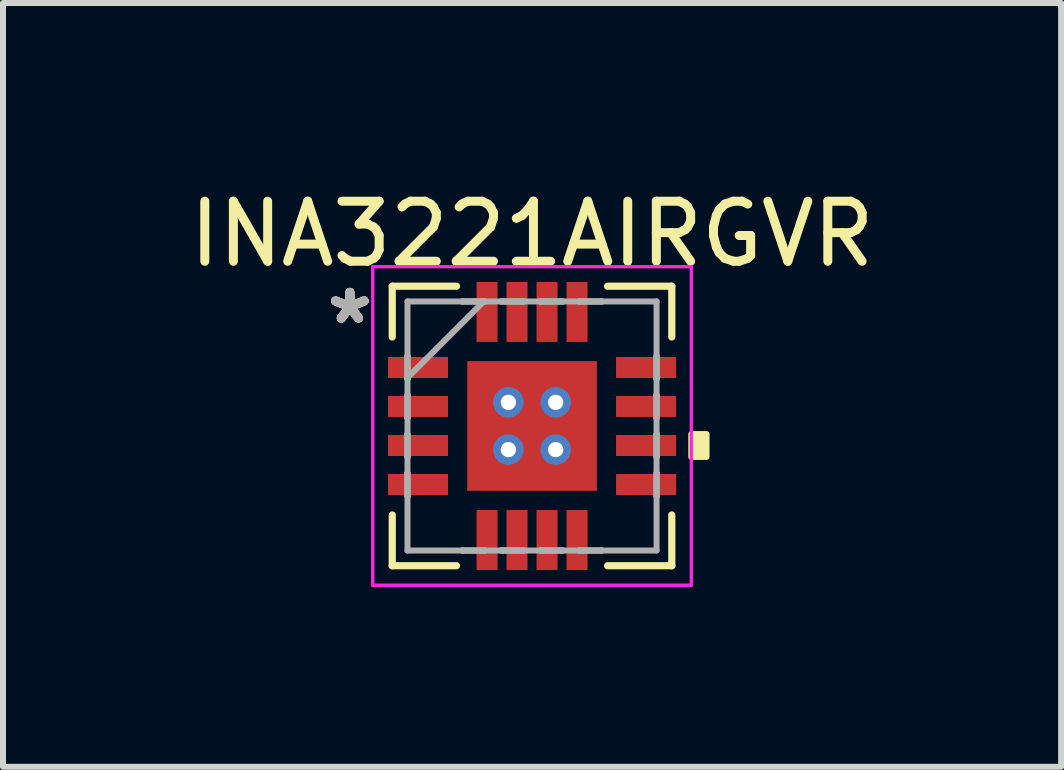
<source format=kicad_pcb>
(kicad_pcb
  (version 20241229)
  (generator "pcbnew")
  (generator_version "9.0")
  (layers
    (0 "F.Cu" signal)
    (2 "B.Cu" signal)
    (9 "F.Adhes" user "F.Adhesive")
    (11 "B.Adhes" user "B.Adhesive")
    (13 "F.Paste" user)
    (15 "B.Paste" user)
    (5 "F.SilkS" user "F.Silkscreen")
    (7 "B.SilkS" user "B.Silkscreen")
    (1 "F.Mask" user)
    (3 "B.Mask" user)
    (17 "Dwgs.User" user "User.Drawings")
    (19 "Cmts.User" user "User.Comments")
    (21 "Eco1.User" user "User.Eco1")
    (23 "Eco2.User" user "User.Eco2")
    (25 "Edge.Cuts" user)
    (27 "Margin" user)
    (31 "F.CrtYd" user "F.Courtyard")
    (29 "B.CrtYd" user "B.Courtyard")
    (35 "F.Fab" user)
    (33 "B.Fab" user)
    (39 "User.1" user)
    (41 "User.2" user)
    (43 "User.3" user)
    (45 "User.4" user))
  (footprint "INA3221AIRGVR"
    (layer "F.Cu")
    (at 5.815 4.048)
    (property "Reference" "INA3221AIRGVR" (at 0 -3.2 0) (layer "F.SilkS") (effects (font (size 1 1) (thickness 0.15))))
    (attr through_hole)
    (fp_poly (pts (xy -2.47 -1.22) (xy -2.47 -0.73) (xy -1.33 -0.73) (xy -1.33 -1.22)) (stroke (width 0.1) (type solid)) (fill yes) (layer "F.Mask"))
    (fp_poly (pts (xy -2.47 -0.57) (xy -2.47 -0.08) (xy -1.33 -0.08) (xy -1.33 -0.57)) (stroke (width 0.1) (type solid)) (fill yes) (layer "F.Mask"))
    (fp_poly (pts (xy -2.47 0.08) (xy -2.47 0.57) (xy -1.33 0.57) (xy -1.33 0.08)) (stroke (width 0.1) (type solid)) (fill yes) (layer "F.Mask"))
    (fp_poly (pts (xy -2.47 0.73) (xy -2.47 1.22) (xy -1.33 1.22) (xy -1.33 0.73)) (stroke (width 0.1) (type solid)) (fill yes) (layer "F.Mask"))
    (fp_poly (pts (xy -1.143 -1.143) (xy -0.594 -1.143) (xy -0.594 1.143) (xy -1.143 1.143)) (stroke (width 0.1) (type solid)) (fill yes) (layer "F.Mask"))
    (fp_poly (pts (xy -1.143 -1.143) (xy 1.143 -1.143) (xy 1.143 -0.594) (xy -1.143 -0.594)) (stroke (width 0.1) (type solid)) (fill yes) (layer "F.Mask"))
    (fp_poly (pts (xy -1.143 -0.194) (xy 1.143 -0.194) (xy 1.143 0.194) (xy -1.143 0.194)) (stroke (width 0.1) (type solid)) (fill yes) (layer "F.Mask"))
    (fp_poly (pts (xy -1.143 0.594) (xy 1.143 0.594) (xy 1.143 1.143) (xy -1.143 1.143)) (stroke (width 0.1) (type solid)) (fill yes) (layer "F.Mask"))
    (fp_poly (pts (xy -0.995 -2.47) (xy -0.995 -1.33) (xy -0.506 -1.33) (xy -0.506 -2.47)) (stroke (width 0.1) (type solid)) (fill yes) (layer "F.Mask"))
    (fp_poly (pts (xy -0.995 1.33) (xy -0.995 2.47) (xy -0.506 2.47) (xy -0.506 1.33)) (stroke (width 0.1) (type solid)) (fill yes) (layer "F.Mask"))
    (fp_poly (pts (xy -0.495 -2.47) (xy -0.495 -1.33) (xy -0.005 -1.33) (xy -0.005 -2.47)) (stroke (width 0.1) (type solid)) (fill yes) (layer "F.Mask"))
    (fp_poly (pts (xy -0.495 1.33) (xy -0.495 2.47) (xy -0.005 2.47) (xy -0.005 1.33)) (stroke (width 0.1) (type solid)) (fill yes) (layer "F.Mask"))
    (fp_poly (pts (xy 0.005 -2.47) (xy 0.005 -1.33) (xy 0.495 -1.33) (xy 0.495 -2.47)) (stroke (width 0.1) (type solid)) (fill yes) (layer "F.Mask"))
    (fp_poly (pts (xy 0.005 1.33) (xy 0.005 2.47) (xy 0.495 2.47) (xy 0.495 1.33)) (stroke (width 0.1) (type solid)) (fill yes) (layer "F.Mask"))
    (fp_poly (pts (xy 0.194 -1.143) (xy -0.194 -1.143) (xy -0.194 1.143) (xy 0.194 1.143)) (stroke (width 0.1) (type solid)) (fill yes) (layer "F.Mask"))
    (fp_poly (pts (xy 0.506 -2.47) (xy 0.506 -1.33) (xy 0.995 -1.33) (xy 0.995 -2.47)) (stroke (width 0.1) (type solid)) (fill yes) (layer "F.Mask"))
    (fp_poly (pts (xy 0.506 1.33) (xy 0.506 2.47) (xy 0.995 2.47) (xy 0.995 1.33)) (stroke (width 0.1) (type solid)) (fill yes) (layer "F.Mask"))
    (fp_poly (pts (xy 0.594 -1.143) (xy 1.143 -1.143) (xy 1.143 1.143) (xy 0.594 1.143)) (stroke (width 0.1) (type solid)) (fill yes) (layer "F.Mask"))
    (fp_poly (pts (xy 1.33 -1.22) (xy 1.33 -0.73) (xy 2.47 -0.73) (xy 2.47 -1.22)) (stroke (width 0.1) (type solid)) (fill yes) (layer "F.Mask"))
    (fp_poly (pts (xy 1.33 -0.57) (xy 1.33 -0.08) (xy 2.47 -0.08) (xy 2.47 -0.57)) (stroke (width 0.1) (type solid)) (fill yes) (layer "F.Mask"))
    (fp_poly (pts (xy 1.33 0.08) (xy 1.33 0.57) (xy 2.47 0.57) (xy 2.47 0.08)) (stroke (width 0.1) (type solid)) (fill yes) (layer "F.Mask"))
    (fp_poly (pts (xy 1.33 0.73) (xy 1.33 1.22) (xy 2.47 1.22) (xy 2.47 0.73)) (stroke (width 0.1) (type solid)) (fill yes) (layer "F.Mask"))
    (fp_line (start -2.329 -2.329) (end -2.329 -1.483) (stroke (width 0.12) (type solid)) (layer "F.SilkS"))
    (fp_line (start -2.329 1.483) (end -2.329 2.329) (stroke (width 0.12) (type solid)) (layer "F.SilkS"))
    (fp_line (start -2.329 2.329) (end -1.258 2.329) (stroke (width 0.12) (type solid)) (layer "F.SilkS"))
    (fp_line (start -1.258 -2.329) (end -2.329 -2.329) (stroke (width 0.12) (type solid)) (layer "F.SilkS"))
    (fp_line (start 1.258 2.329) (end 2.329 2.329) (stroke (width 0.12) (type solid)) (layer "F.SilkS"))
    (fp_line (start 2.329 -2.329) (end 1.258 -2.329) (stroke (width 0.12) (type solid)) (layer "F.SilkS"))
    (fp_line (start 2.329 -1.483) (end 2.329 -2.329) (stroke (width 0.12) (type solid)) (layer "F.SilkS"))
    (fp_line (start 2.329 2.329) (end 2.329 1.483) (stroke (width 0.12) (type solid)) (layer "F.SilkS"))
    (fp_poly (pts (xy 2.908 0.135) (xy 2.908 0.516) (xy 2.654 0.516) (xy 2.654 0.135)) (stroke (width 0.1) (type solid)) (fill yes) (layer "F.SilkS"))
    (fp_poly (pts (xy -2.375 -1.125) (xy -2.375 -0.825) (xy -1.425 -0.825) (xy -1.425 -1.125)) (stroke (width 0.1) (type solid)) (fill yes) (layer "F.Paste"))
    (fp_poly (pts (xy -2.375 -0.475) (xy -2.375 -0.175) (xy -1.425 -0.175) (xy -1.425 -0.475)) (stroke (width 0.1) (type solid)) (fill yes) (layer "F.Paste"))
    (fp_poly (pts (xy -2.375 0.175) (xy -2.375 0.475) (xy -1.425 0.475) (xy -1.425 0.175)) (stroke (width 0.1) (type solid)) (fill yes) (layer "F.Paste"))
    (fp_poly (pts (xy -2.375 0.825) (xy -2.375 1.125) (xy -1.425 1.125) (xy -1.425 0.825)) (stroke (width 0.1) (type solid)) (fill yes) (layer "F.Paste"))
    (fp_poly (pts (xy -0.9 -2.375) (xy -0.9 -1.425) (xy -0.6 -1.425) (xy -0.6 -2.375)) (stroke (width 0.1) (type solid)) (fill yes) (layer "F.Paste"))
    (fp_poly (pts (xy -0.9 1.425) (xy -0.9 2.375) (xy -0.6 2.375) (xy -0.6 1.425)) (stroke (width 0.1) (type solid)) (fill yes) (layer "F.Paste"))
    (fp_poly (pts (xy -0.4 -2.375) (xy -0.4 -1.425) (xy -0.1 -1.425) (xy -0.1 -2.375)) (stroke (width 0.1) (type solid)) (fill yes) (layer "F.Paste"))
    (fp_poly (pts (xy -0.4 1.425) (xy -0.4 2.375) (xy -0.1 2.375) (xy -0.1 1.425)) (stroke (width 0.1) (type solid)) (fill yes) (layer "F.Paste"))
    (fp_poly (pts (xy 0.1 -2.375) (xy 0.1 -1.425) (xy 0.4 -1.425) (xy 0.4 -2.375)) (stroke (width 0.1) (type solid)) (fill yes) (layer "F.Paste"))
    (fp_poly (pts (xy 0.1 1.425) (xy 0.1 2.375) (xy 0.4 2.375) (xy 0.4 1.425)) (stroke (width 0.1) (type solid)) (fill yes) (layer "F.Paste"))
    (fp_poly (pts (xy 0.6 -2.375) (xy 0.6 -1.425) (xy 0.9 -1.425) (xy 0.9 -2.375)) (stroke (width 0.1) (type solid)) (fill yes) (layer "F.Paste"))
    (fp_poly (pts (xy 0.6 1.425) (xy 0.6 2.375) (xy 0.9 2.375) (xy 0.9 1.425)) (stroke (width 0.1) (type solid)) (fill yes) (layer "F.Paste"))
    (fp_poly (pts (xy 1.425 -1.125) (xy 1.425 -0.825) (xy 2.375 -0.825) (xy 2.375 -1.125)) (stroke (width 0.1) (type solid)) (fill yes) (layer "F.Paste"))
    (fp_poly (pts (xy 1.425 -0.475) (xy 1.425 -0.175) (xy 2.375 -0.175) (xy 2.375 -0.475)) (stroke (width 0.1) (type solid)) (fill yes) (layer "F.Paste"))
    (fp_poly (pts (xy 1.425 0.175) (xy 1.425 0.475) (xy 2.375 0.475) (xy 2.375 0.175)) (stroke (width 0.1) (type solid)) (fill yes) (layer "F.Paste"))
    (fp_poly (pts (xy 1.425 0.825) (xy 1.425 1.125) (xy 2.375 1.125) (xy 2.375 0.825)) (stroke (width 0.1) (type solid)) (fill yes) (layer "F.Paste"))
    (fp_poly (pts (xy -1.005 -1.005) (xy -1.005 -0.494) (xy -0.635 -0.494) (xy -0.494 -0.635) (xy -0.494 -1.005)) (stroke (width 0.1) (type solid)) (fill yes) (layer "F.Paste"))
    (fp_poly (pts (xy -1.005 0.494) (xy -1.005 1.005) (xy -0.494 1.005) (xy -0.494 0.635) (xy -0.635 0.494)) (stroke (width 0.1) (type solid)) (fill yes) (layer "F.Paste"))
    (fp_poly (pts (xy 0.494 -1.005) (xy 0.494 -0.635) (xy 0.635 -0.494) (xy 1.005 -0.494) (xy 1.005 -1.005)) (stroke (width 0.1) (type solid)) (fill yes) (layer "F.Paste"))
    (fp_poly (pts (xy 0.635 0.494) (xy 0.494 0.635) (xy 0.494 1.005) (xy 1.005 1.005) (xy 1.005 0.494)) (stroke (width 0.1) (type solid)) (fill yes) (layer "F.Paste"))
    (fp_poly (pts (xy -1.005 -0.294) (xy -1.005 0.294) (xy -0.635 0.294) (xy -0.494 0.152) (xy -0.494 -0.152) (xy -0.635 -0.294)) (stroke (width 0.1) (type solid)) (fill yes) (layer "F.Paste"))
    (fp_poly (pts (xy -0.294 -1.005) (xy -0.294 -0.635) (xy -0.152 -0.494) (xy 0.152 -0.494) (xy 0.294 -0.635) (xy 0.294 -1.005)) (stroke (width 0.1) (type solid)) (fill yes) (layer "F.Paste"))
    (fp_poly (pts (xy -0.152 0.494) (xy -0.294 0.635) (xy -0.294 1.005) (xy 0.294 1.005) (xy 0.294 0.635) (xy 0.152 0.494)) (stroke (width 0.1) (type solid)) (fill yes) (layer "F.Paste"))
    (fp_poly (pts (xy 0.635 -0.294) (xy 0.494 -0.152) (xy 0.494 0.152) (xy 0.635 0.294) (xy 1.005 0.294) (xy 1.005 -0.294)) (stroke (width 0.1) (type solid)) (fill yes) (layer "F.Paste"))
    (fp_poly (pts (xy -0.152 -0.294) (xy -0.294 -0.152) (xy -0.294 0.152) (xy -0.152 0.294) (xy 0.152 0.294) (xy 0.294 0.152) (xy 0.294 -0.152) (xy 0.152 -0.294)) (stroke (width 0.1) (type solid)) (fill yes) (layer "F.Paste"))
    (fp_line (start -2.654 -2.654) (end 2.654 -2.654) (stroke (width 0.05) (type solid)) (layer "F.CrtYd"))
    (fp_line (start -2.654 -2.654) (end 2.654 -2.654) (stroke (width 0.05) (type solid)) (layer "F.CrtYd"))
    (fp_line (start -2.654 2.654) (end -2.654 -2.654) (stroke (width 0.05) (type solid)) (layer "F.CrtYd"))
    (fp_line (start -2.654 2.654) (end -2.654 -2.654) (stroke (width 0.05) (type solid)) (layer "F.CrtYd"))
    (fp_line (start 2.654 -2.654) (end 2.654 2.654) (stroke (width 0.05) (type solid)) (layer "F.CrtYd"))
    (fp_line (start 2.654 -2.654) (end 2.654 2.654) (stroke (width 0.05) (type solid)) (layer "F.CrtYd"))
    (fp_line (start 2.654 2.654) (end -2.654 2.654) (stroke (width 0.05) (type solid)) (layer "F.CrtYd"))
    (fp_line (start 2.654 2.654) (end -2.654 2.654) (stroke (width 0.05) (type solid)) (layer "F.CrtYd"))
    (fp_line (start -2.075 -2.075) (end -2.075 2.075) (stroke (width 0.1) (type solid)) (layer "F.Fab"))
    (fp_line (start -2.075 -1.165) (end -2.075 -1.165) (stroke (width 0.1) (type solid)) (layer "F.Fab"))
    (fp_line (start -2.075 -1.165) (end -2.075 -0.785) (stroke (width 0.1) (type solid)) (layer "F.Fab"))
    (fp_line (start -2.075 -0.805) (end -0.805 -2.075) (stroke (width 0.1) (type solid)) (layer "F.Fab"))
    (fp_line (start -2.075 -0.785) (end -2.075 -1.165) (stroke (width 0.1) (type solid)) (layer "F.Fab"))
    (fp_line (start -2.075 -0.785) (end -2.075 -0.785) (stroke (width 0.1) (type solid)) (layer "F.Fab"))
    (fp_line (start -2.075 -0.515) (end -2.075 -0.515) (stroke (width 0.1) (type solid)) (layer "F.Fab"))
    (fp_line (start -2.075 -0.515) (end -2.075 -0.135) (stroke (width 0.1) (type solid)) (layer "F.Fab"))
    (fp_line (start -2.075 -0.135) (end -2.075 -0.515) (stroke (width 0.1) (type solid)) (layer "F.Fab"))
    (fp_line (start -2.075 -0.135) (end -2.075 -0.135) (stroke (width 0.1) (type solid)) (layer "F.Fab"))
    (fp_line (start -2.075 0.135) (end -2.075 0.135) (stroke (width 0.1) (type solid)) (layer "F.Fab"))
    (fp_line (start -2.075 0.135) (end -2.075 0.515) (stroke (width 0.1) (type solid)) (layer "F.Fab"))
    (fp_line (start -2.075 0.515) (end -2.075 0.135) (stroke (width 0.1) (type solid)) (layer "F.Fab"))
    (fp_line (start -2.075 0.515) (end -2.075 0.515) (stroke (width 0.1) (type solid)) (layer "F.Fab"))
    (fp_line (start -2.075 0.785) (end -2.075 0.785) (stroke (width 0.1) (type solid)) (layer "F.Fab"))
    (fp_line (start -2.075 0.785) (end -2.075 1.165) (stroke (width 0.1) (type solid)) (layer "F.Fab"))
    (fp_line (start -2.075 1.165) (end -2.075 0.785) (stroke (width 0.1) (type solid)) (layer "F.Fab"))
    (fp_line (start -2.075 1.165) (end -2.075 1.165) (stroke (width 0.1) (type solid)) (layer "F.Fab"))
    (fp_line (start -2.075 2.075) (end 2.075 2.075) (stroke (width 0.1) (type solid)) (layer "F.Fab"))
    (fp_line (start -1.165 -2.075) (end -1.165 -2.075) (stroke (width 0.1) (type solid)) (layer "F.Fab"))
    (fp_line (start -1.165 -2.075) (end -0.785 -2.075) (stroke (width 0.1) (type solid)) (layer "F.Fab"))
    (fp_line (start -1.165 2.075) (end -1.165 2.075) (stroke (width 0.1) (type solid)) (layer "F.Fab"))
    (fp_line (start -1.165 2.075) (end -0.785 2.075) (stroke (width 0.1) (type solid)) (layer "F.Fab"))
    (fp_line (start -0.785 -2.075) (end -1.165 -2.075) (stroke (width 0.1) (type solid)) (layer "F.Fab"))
    (fp_line (start -0.785 -2.075) (end -0.785 -2.075) (stroke (width 0.1) (type solid)) (layer "F.Fab"))
    (fp_line (start -0.785 2.075) (end -1.165 2.075) (stroke (width 0.1) (type solid)) (layer "F.Fab"))
    (fp_line (start -0.785 2.075) (end -0.785 2.075) (stroke (width 0.1) (type solid)) (layer "F.Fab"))
    (fp_line (start -0.515 -2.075) (end -0.515 -2.075) (stroke (width 0.1) (type solid)) (layer "F.Fab"))
    (fp_line (start -0.515 -2.075) (end -0.135 -2.075) (stroke (width 0.1) (type solid)) (layer "F.Fab"))
    (fp_line (start -0.515 2.075) (end -0.515 2.075) (stroke (width 0.1) (type solid)) (layer "F.Fab"))
    (fp_line (start -0.515 2.075) (end -0.135 2.075) (stroke (width 0.1) (type solid)) (layer "F.Fab"))
    (fp_line (start -0.135 -2.075) (end -0.515 -2.075) (stroke (width 0.1) (type solid)) (layer "F.Fab"))
    (fp_line (start -0.135 -2.075) (end -0.135 -2.075) (stroke (width 0.1) (type solid)) (layer "F.Fab"))
    (fp_line (start -0.135 2.075) (end -0.515 2.075) (stroke (width 0.1) (type solid)) (layer "F.Fab"))
    (fp_line (start -0.135 2.075) (end -0.135 2.075) (stroke (width 0.1) (type solid)) (layer "F.Fab"))
    (fp_line (start 0.135 -2.075) (end 0.135 -2.075) (stroke (width 0.1) (type solid)) (layer "F.Fab"))
    (fp_line (start 0.135 -2.075) (end 0.515 -2.075) (stroke (width 0.1) (type solid)) (layer "F.Fab"))
    (fp_line (start 0.135 2.075) (end 0.135 2.075) (stroke (width 0.1) (type solid)) (layer "F.Fab"))
    (fp_line (start 0.135 2.075) (end 0.515 2.075) (stroke (width 0.1) (type solid)) (layer "F.Fab"))
    (fp_line (start 0.515 -2.075) (end 0.135 -2.075) (stroke (width 0.1) (type solid)) (layer "F.Fab"))
    (fp_line (start 0.515 -2.075) (end 0.515 -2.075) (stroke (width 0.1) (type solid)) (layer "F.Fab"))
    (fp_line (start 0.515 2.075) (end 0.135 2.075) (stroke (width 0.1) (type solid)) (layer "F.Fab"))
    (fp_line (start 0.515 2.075) (end 0.515 2.075) (stroke (width 0.1) (type solid)) (layer "F.Fab"))
    (fp_line (start 0.785 -2.075) (end 0.785 -2.075) (stroke (width 0.1) (type solid)) (layer "F.Fab"))
    (fp_line (start 0.785 -2.075) (end 1.165 -2.075) (stroke (width 0.1) (type solid)) (layer "F.Fab"))
    (fp_line (start 0.785 2.075) (end 0.785 2.075) (stroke (width 0.1) (type solid)) (layer "F.Fab"))
    (fp_line (start 0.785 2.075) (end 1.165 2.075) (stroke (width 0.1) (type solid)) (layer "F.Fab"))
    (fp_line (start 1.165 -2.075) (end 0.785 -2.075) (stroke (width 0.1) (type solid)) (layer "F.Fab"))
    (fp_line (start 1.165 -2.075) (end 1.165 -2.075) (stroke (width 0.1) (type solid)) (layer "F.Fab"))
    (fp_line (start 1.165 2.075) (end 0.785 2.075) (stroke (width 0.1) (type solid)) (layer "F.Fab"))
    (fp_line (start 1.165 2.075) (end 1.165 2.075) (stroke (width 0.1) (type solid)) (layer "F.Fab"))
    (fp_line (start 2.075 -2.075) (end -2.075 -2.075) (stroke (width 0.1) (type solid)) (layer "F.Fab"))
    (fp_line (start 2.075 -1.165) (end 2.075 -1.165) (stroke (width 0.1) (type solid)) (layer "F.Fab"))
    (fp_line (start 2.075 -1.165) (end 2.075 -0.785) (stroke (width 0.1) (type solid)) (layer "F.Fab"))
    (fp_line (start 2.075 -0.785) (end 2.075 -1.165) (stroke (width 0.1) (type solid)) (layer "F.Fab"))
    (fp_line (start 2.075 -0.785) (end 2.075 -0.785) (stroke (width 0.1) (type solid)) (layer "F.Fab"))
    (fp_line (start 2.075 -0.515) (end 2.075 -0.515) (stroke (width 0.1) (type solid)) (layer "F.Fab"))
    (fp_line (start 2.075 -0.515) (end 2.075 -0.135) (stroke (width 0.1) (type solid)) (layer "F.Fab"))
    (fp_line (start 2.075 -0.135) (end 2.075 -0.515) (stroke (width 0.1) (type solid)) (layer "F.Fab"))
    (fp_line (start 2.075 -0.135) (end 2.075 -0.135) (stroke (width 0.1) (type solid)) (layer "F.Fab"))
    (fp_line (start 2.075 0.135) (end 2.075 0.135) (stroke (width 0.1) (type solid)) (layer "F.Fab"))
    (fp_line (start 2.075 0.135) (end 2.075 0.515) (stroke (width 0.1) (type solid)) (layer "F.Fab"))
    (fp_line (start 2.075 0.515) (end 2.075 0.135) (stroke (width 0.1) (type solid)) (layer "F.Fab"))
    (fp_line (start 2.075 0.515) (end 2.075 0.515) (stroke (width 0.1) (type solid)) (layer "F.Fab"))
    (fp_line (start 2.075 0.785) (end 2.075 0.785) (stroke (width 0.1) (type solid)) (layer "F.Fab"))
    (fp_line (start 2.075 0.785) (end 2.075 1.165) (stroke (width 0.1) (type solid)) (layer "F.Fab"))
    (fp_line (start 2.075 1.165) (end 2.075 0.785) (stroke (width 0.1) (type solid)) (layer "F.Fab"))
    (fp_line (start 2.075 1.165) (end 2.075 1.165) (stroke (width 0.1) (type solid)) (layer "F.Fab"))
    (fp_line (start 2.075 2.075) (end 2.075 -2.075) (stroke (width 0.1) (type solid)) (layer "F.Fab"))
    (fp_text user "*" (at -3.035 -1.681 0) (layer "F.SilkS") (effects (font (size 1 1) (thickness 0.15))))
    (fp_text user "*" (at -3.035 -1.681 0) (layer "F.SilkS") (effects (font (size 1 1) (thickness 0.15))))
    (fp_text user "*" (at -3.035 -1.681 0) (layer "F.Fab") (effects (font (size 1 1) (thickness 0.15))))
    (fp_text user "*" (at -3.035 -1.681 0) (layer "F.Fab") (effects (font (size 1 1) (thickness 0.15))))
    (pad "1" smd rect (at -1.9 -0.975 90) (size 0.35 1) (layers "F.Cu" "F.Mask"))
    (pad "2" smd rect (at -1.9 -0.325 90) (size 0.35 1) (layers "F.Cu" "F.Mask"))
    (pad "3" smd rect (at -1.9 0.325 90) (size 0.35 1) (layers "F.Cu" "F.Mask"))
    (pad "4" smd rect (at -1.9 0.975 90) (size 0.35 1) (layers "F.Cu" "F.Mask"))
    (pad "5" smd rect (at -0.75 1.9) (size 0.35 1) (layers "F.Cu" "F.Mask"))
    (pad "6" smd rect (at -0.25 1.9) (size 0.35 1) (layers "F.Cu" "F.Mask"))
    (pad "7" smd rect (at 0.25 1.9) (size 0.35 1) (layers "F.Cu" "F.Mask"))
    (pad "8" smd rect (at 0.75 1.9) (size 0.35 1) (layers "F.Cu" "F.Mask"))
    (pad "9" smd rect (at 1.9 0.975 90) (size 0.35 1) (layers "F.Cu" "F.Mask"))
    (pad "10" smd rect (at 1.9 0.325 90) (size 0.35 1) (layers "F.Cu" "F.Mask"))
    (pad "11" smd rect (at 1.9 -0.325 90) (size 0.35 1) (layers "F.Cu" "F.Mask"))
    (pad "12" smd rect (at 1.9 -0.975 90) (size 0.35 1) (layers "F.Cu" "F.Mask"))
    (pad "13" smd rect (at 0.75 -1.9) (size 0.35 1) (layers "F.Cu" "F.Mask"))
    (pad "14" smd rect (at 0.25 -1.9) (size 0.35 1) (layers "F.Cu" "F.Mask"))
    (pad "15" smd rect (at -0.25 -1.9) (size 0.35 1) (layers "F.Cu" "F.Mask"))
    (pad "16" smd rect (at -0.75 -1.9) (size 0.35 1) (layers "F.Cu" "F.Mask"))
    (pad "17" smd rect (at 0 0) (size 2.16 2.16) (layers "F.Cu"))
    (pad "V" thru_hole circle (at -0.394 -0.394) (size 0.508 0.508) (drill 0.254) (layers "*.Cu" "*.Mask"))
    (pad "V" thru_hole circle (at -0.394 0.394) (size 0.508 0.508) (drill 0.254) (layers "*.Cu" "*.Mask"))
    (pad "V" thru_hole circle (at 0.394 -0.394) (size 0.508 0.508) (drill 0.254) (layers "*.Cu" "*.Mask"))
    (pad "V" thru_hole circle (at 0.394 0.394) (size 0.508 0.508) (drill 0.254) (layers "*.Cu" "*.Mask")))
  (gr_rect
    (start -3 -3)
    (end 14.631 9.727)
    (stroke (width 0.1) (type default))
    (fill no)
    (layer "Edge.Cuts")))
</source>
